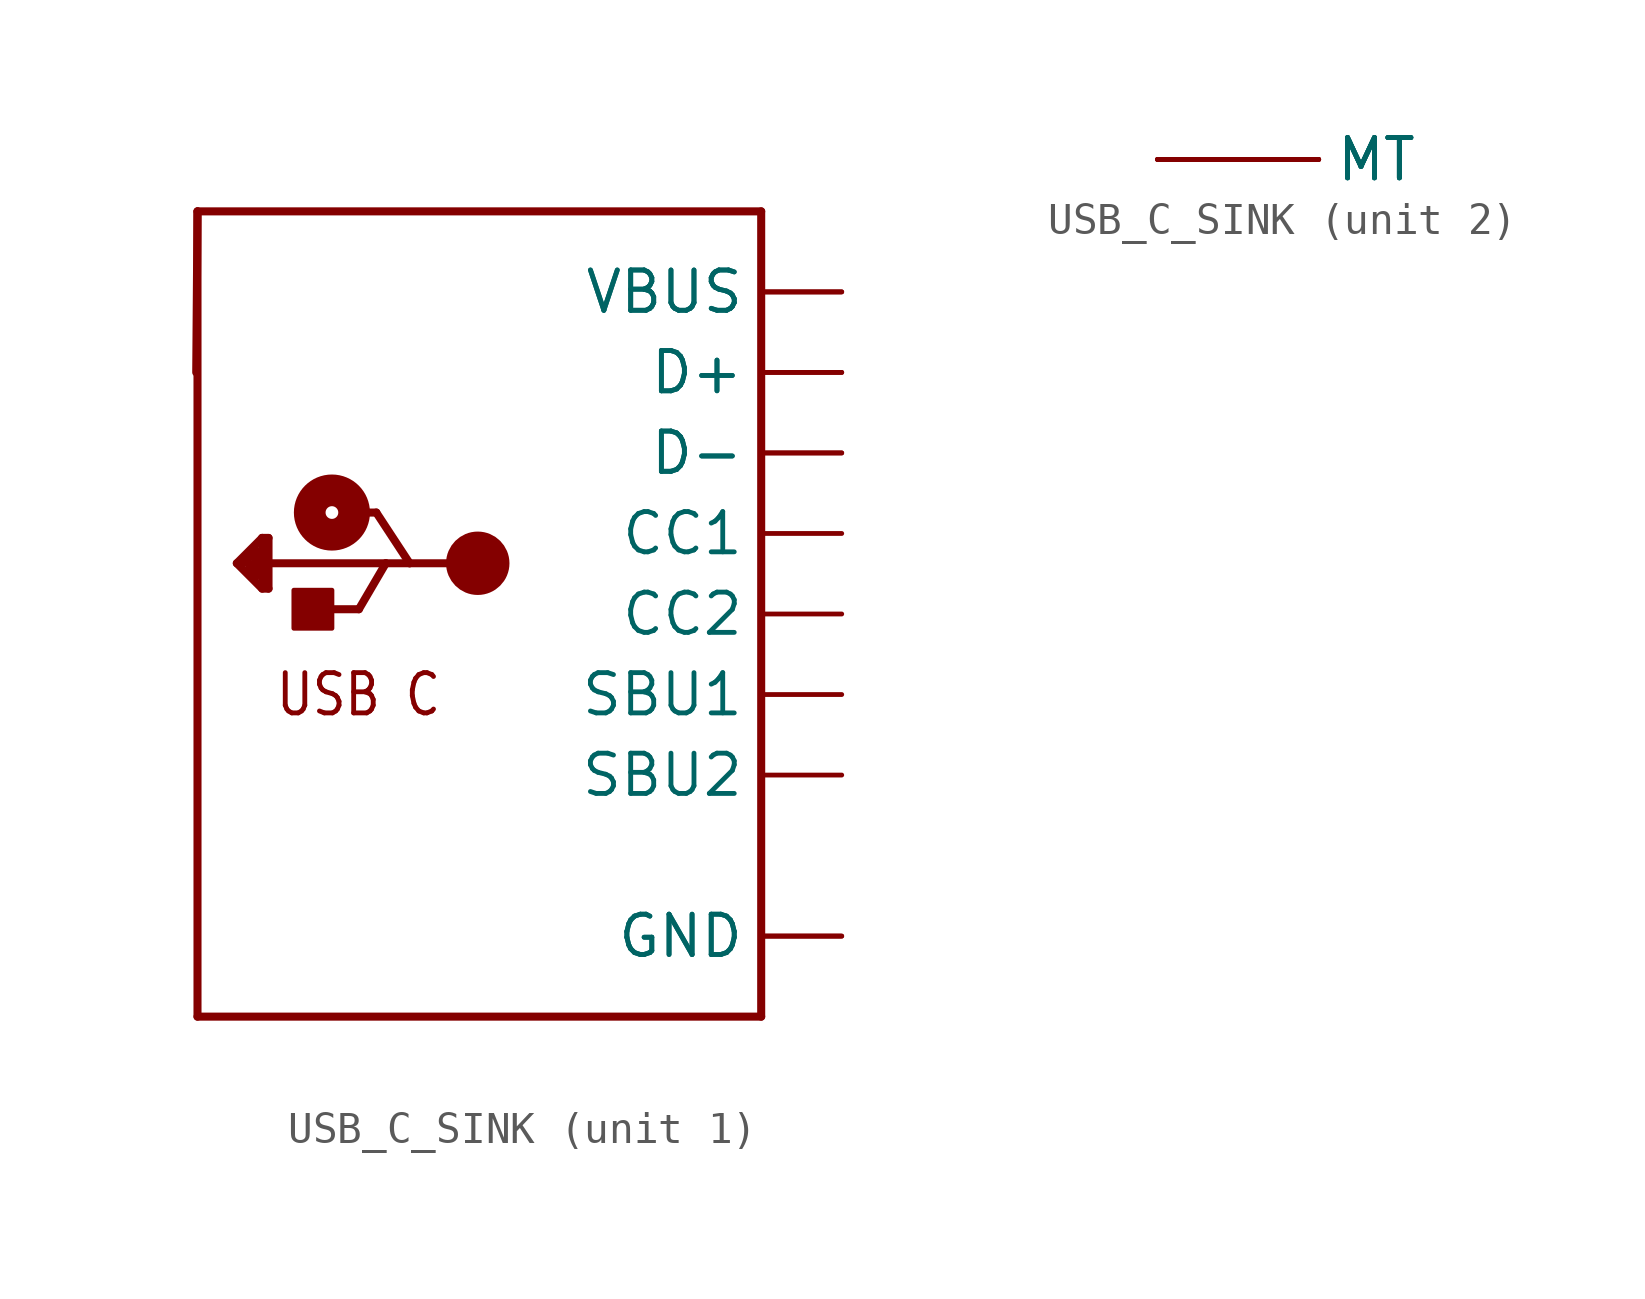
<source format=kicad_sym>
(kicad_symbol_lib
  (version 20231120)
  (generator "kicad_symbol_editor")
  (generator_version "8.0")
  (symbol "USB_C_SINK"
    (property "Reference" "X"
      (at -10.16 13.716 0)
      (effects (font (size 1.27 1.079)) (justify left bottom) (hide yes)))
    (property "ki_locked" ""
      (at 0 0 0)
      (effects (font (size 1.27 1.27))))
    (symbol "USB_C_SINK_1_0"
      (rectangle (start -7.12 -0.45) (end -5.92 0.75) (stroke (width 0) (type default)) (fill (type outline)))
      (circle (center -5.92 3.2) (radius 0.2) (stroke (width 1) (type solid)) (fill (type none)))
      (circle (center -1.32 1.6) (radius 0.5) (stroke (width 1) (type solid)) (fill (type none)))
      (polyline (pts (xy -10.2 7.62) (xy -10.16 12.7)) (stroke (width 0.254) (type solid)) (fill (type none)))
      (polyline (pts (xy -10.16 -12.7) (xy 7.62 -12.7)) (stroke (width 0.254) (type solid)) (fill (type none)))
      (polyline (pts (xy -10.16 12.7) (xy -10.16 -12.7)) (stroke (width 0.254) (type solid)) (fill (type none)))
      (polyline (pts (xy -10.16 12.7) (xy 7.62 12.7)) (stroke (width 0.254) (type solid)) (fill (type none)))
      (polyline (pts (xy -8.92 1.6) (xy -8.12 2.4)) (stroke (width 0.254) (type solid)) (fill (type none)))
      (polyline (pts (xy -8.52 1.4) (xy -8.32 1.2)) (stroke (width 0.254) (type solid)) (fill (type none)))
      (polyline (pts (xy -8.52 1.6) (xy -8.52 1.4)) (stroke (width 0.254) (type solid)) (fill (type none)))
      (polyline (pts (xy -8.32 1.2) (xy -8.32 2)) (stroke (width 0.254) (type solid)) (fill (type none)))
      (polyline (pts (xy -8.32 2) (xy -8.72 1.6)) (stroke (width 0.254) (type solid)) (fill (type none)))
      (polyline (pts (xy -8.12 0.8) (xy -8.92 1.6)) (stroke (width 0.254) (type solid)) (fill (type none)))
      (polyline (pts (xy -8.12 1) (xy -8.12 2.4)) (stroke (width 0.254) (type solid)) (fill (type none)))
      (polyline (pts (xy -8.12 2.4) (xy -7.92 2.4)) (stroke (width 0.254) (type solid)) (fill (type none)))
      (polyline (pts (xy -7.92 0.8) (xy -8.12 0.8)) (stroke (width 0.254) (type solid)) (fill (type none)))
      (polyline (pts (xy -7.92 1.6) (xy -7.92 0.8)) (stroke (width 0.254) (type solid)) (fill (type none)))
      (polyline (pts (xy -7.92 2.4) (xy -7.92 1.6)) (stroke (width 0.254) (type solid)) (fill (type none)))
      (polyline (pts (xy -6.27 0.15) (xy -5.07 0.15)) (stroke (width 0.254) (type solid)) (fill (type none)))
      (polyline (pts (xy -5.52 3.2) (xy -4.52 3.2)) (stroke (width 0.254) (type solid)) (fill (type none)))
      (polyline (pts (xy -5.07 0.15) (xy -4.22 1.6)) (stroke (width 0.254) (type solid)) (fill (type none)))
      (polyline (pts (xy -4.52 3.2) (xy -3.47 1.6)) (stroke (width 0.254) (type solid)) (fill (type none)))
      (polyline (pts (xy -4.22 1.6) (xy -7.92 1.6)) (stroke (width 0.254) (type solid)) (fill (type none)))
      (polyline (pts (xy -3.47 1.6) (xy -4.22 1.6)) (stroke (width 0.254) (type solid)) (fill (type none)))
      (polyline (pts (xy -1.32 1.6) (xy -3.47 1.6)) (stroke (width 0.254) (type solid)) (fill (type none)))
      (polyline (pts (xy 7.62 12.7) (xy 7.62 -12.7)) (stroke (width 0.254) (type solid)) (fill (type none)))
      (text "USB C" (at -5.08 -2.54 0) (effects (font (size 1.27 1.079))))
      (pin power_in line (at 10.16 -10.16 180) (length 2.54) (name "GND" (effects (font (size 1.27 1.27)))) (number "A1B12" (effects (font (size 0 0)))))
      (pin power_in line (at 10.16 10.16 180) (length 2.54) (name "VBUS" (effects (font (size 1.27 1.27)))) (number "A4B9" (effects (font (size 0 0)))))
      (pin bidirectional line (at 10.16 2.54 180) (length 2.54) (name "CC1" (effects (font (size 1.27 1.27)))) (number "A5" (effects (font (size 0 0)))))
      (pin bidirectional line (at 10.16 7.62 180) (length 2.54) (name "D+" (effects (font (size 1.27 1.27)))) (number "A6" (effects (font (size 0 0)))))
      (pin bidirectional line (at 10.16 5.08 180) (length 2.54) (name "D-" (effects (font (size 1.27 1.27)))) (number "A7" (effects (font (size 0 0)))))
      (pin bidirectional line (at 10.16 -2.54 180) (length 2.54) (name "SBU1" (effects (font (size 1.27 1.27)))) (number "A8" (effects (font (size 0 0)))))
      (pin power_in line (at 10.16 -10.16 180) (length 2.54) (name "GND" (effects (font (size 1.27 1.27)))) (number "B1A12" (effects (font (size 0 0)))))
      (pin power_in line (at 10.16 10.16 180) (length 2.54) (name "VBUS" (effects (font (size 1.27 1.27)))) (number "B4A9" (effects (font (size 0 0)))))
      (pin bidirectional line (at 10.16 0 180) (length 2.54) (name "CC2" (effects (font (size 1.27 1.27)))) (number "B5" (effects (font (size 0 0)))))
      (pin bidirectional line (at 10.16 7.62 180) (length 2.54) (name "D+" (effects (font (size 1.27 1.27)))) (number "B6" (effects (font (size 0 0)))))
      (pin bidirectional line (at 10.16 5.08 180) (length 2.54) (name "D-" (effects (font (size 1.27 1.27)))) (number "B7" (effects (font (size 0 0)))))
      (pin bidirectional line (at 10.16 -5.08 180) (length 2.54) (name "SBU2" (effects (font (size 1.27 1.27)))) (number "B8" (effects (font (size 0 0))))))
    (symbol "USB_C_SINK_2_0"
      (pin bidirectional line (at 0 0 0) (length 5.08) (name "MT" (effects (font (size 1.27 1.27)))) (number "M1" (effects (font (size 0 0)))))
      (pin bidirectional line (at 0 0 0) (length 5.08) (name "MT" (effects (font (size 1.27 1.27)))) (number "M2" (effects (font (size 0 0)))))
      (pin bidirectional line (at 0 0 0) (length 5.08) (name "MT" (effects (font (size 1.27 1.27)))) (number "M3" (effects (font (size 0 0)))))
      (pin bidirectional line (at 0 0 0) (length 5.08) (name "MT" (effects (font (size 1.27 1.27)))) (number "M4" (effects (font (size 0 0))))))))
</source>
